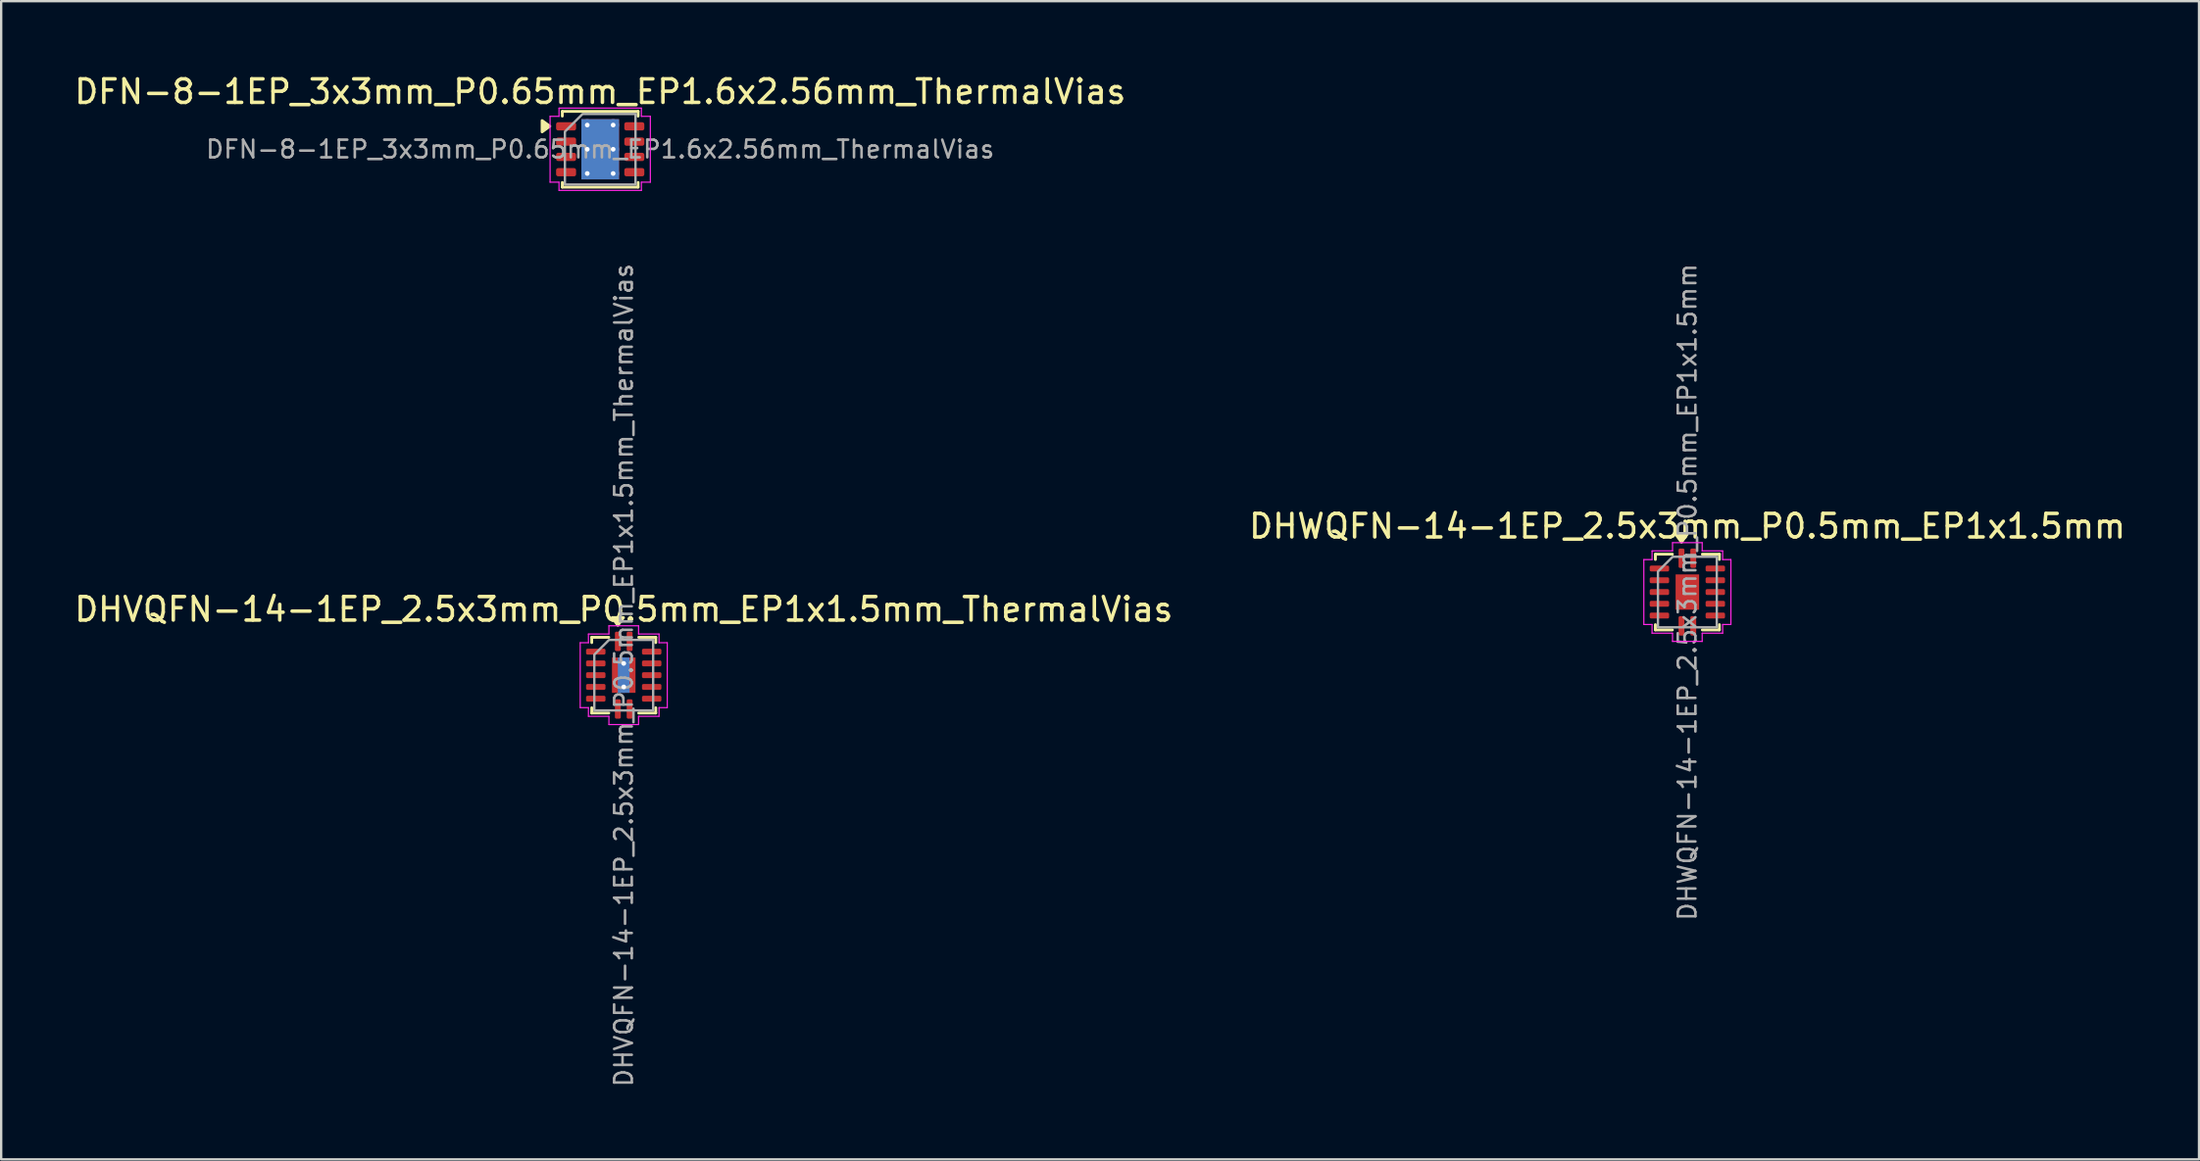
<source format=kicad_pcb>
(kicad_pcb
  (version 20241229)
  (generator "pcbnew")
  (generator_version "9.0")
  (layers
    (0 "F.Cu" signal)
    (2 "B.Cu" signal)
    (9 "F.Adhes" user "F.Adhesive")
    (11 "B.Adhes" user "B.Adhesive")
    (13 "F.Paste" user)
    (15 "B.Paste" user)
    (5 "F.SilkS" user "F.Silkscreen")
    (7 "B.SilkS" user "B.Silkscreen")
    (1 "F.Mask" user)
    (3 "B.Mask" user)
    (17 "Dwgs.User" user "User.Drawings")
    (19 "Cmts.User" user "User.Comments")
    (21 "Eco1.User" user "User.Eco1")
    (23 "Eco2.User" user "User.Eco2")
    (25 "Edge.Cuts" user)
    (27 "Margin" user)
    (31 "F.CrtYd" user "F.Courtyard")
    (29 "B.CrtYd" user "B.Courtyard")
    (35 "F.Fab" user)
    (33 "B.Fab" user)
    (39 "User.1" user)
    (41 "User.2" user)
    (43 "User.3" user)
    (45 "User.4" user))
  (footprint "DHWQFN-14-1EP_2.5x3mm_P0.5mm_EP1x1.5mm"
    (layer "F.Cu")
    (at 68.661 22.128)
    (property "Reference" "DHWQFN-14-1EP_2.5x3mm_P0.5mm_EP1x1.5mm" (at 0 -2.8 0) (layer "F.SilkS") (effects (font (size 1 1) (thickness 0.15))))
    (attr smd)
    (fp_line (start -1.36 -1.61) (end -0.635 -1.61) (stroke (width 0.12) (type solid)) (layer "F.SilkS"))
    (fp_line (start -1.36 -1.385) (end -1.36 -1.61) (stroke (width 0.12) (type solid)) (layer "F.SilkS"))
    (fp_line (start -1.36 1.61) (end -1.36 1.385) (stroke (width 0.12) (type solid)) (layer "F.SilkS"))
    (fp_line (start -0.635 1.61) (end -1.36 1.61) (stroke (width 0.12) (type solid)) (layer "F.SilkS"))
    (fp_line (start 0.635 -1.61) (end 1.36 -1.61) (stroke (width 0.12) (type solid)) (layer "F.SilkS"))
    (fp_line (start 1.36 -1.61) (end 1.36 -1.385) (stroke (width 0.12) (type solid)) (layer "F.SilkS"))
    (fp_line (start 1.36 1.385) (end 1.36 1.61) (stroke (width 0.12) (type solid)) (layer "F.SilkS"))
    (fp_line (start 1.36 1.61) (end 0.635 1.61) (stroke (width 0.12) (type solid)) (layer "F.SilkS"))
    (fp_poly (pts (xy -0.25 -2.12) (xy -0.49 -2.45) (xy -0.01 -2.45)) (stroke (width 0.12) (type solid)) (fill yes) (layer "F.SilkS"))
    (fp_line (start -1.85 -1.38) (end -1.5 -1.38) (stroke (width 0.05) (type solid)) (layer "F.CrtYd"))
    (fp_line (start -1.85 1.38) (end -1.85 -1.38) (stroke (width 0.05) (type solid)) (layer "F.CrtYd"))
    (fp_line (start -1.5 -1.75) (end -0.63 -1.75) (stroke (width 0.05) (type solid)) (layer "F.CrtYd"))
    (fp_line (start -1.5 -1.38) (end -1.5 -1.75) (stroke (width 0.05) (type solid)) (layer "F.CrtYd"))
    (fp_line (start -1.5 1.38) (end -1.85 1.38) (stroke (width 0.05) (type solid)) (layer "F.CrtYd"))
    (fp_line (start -1.5 1.75) (end -1.5 1.38) (stroke (width 0.05) (type solid)) (layer "F.CrtYd"))
    (fp_line (start -0.63 -2.1) (end 0.63 -2.1) (stroke (width 0.05) (type solid)) (layer "F.CrtYd"))
    (fp_line (start -0.63 -1.75) (end -0.63 -2.1) (stroke (width 0.05) (type solid)) (layer "F.CrtYd"))
    (fp_line (start -0.63 1.75) (end -1.5 1.75) (stroke (width 0.05) (type solid)) (layer "F.CrtYd"))
    (fp_line (start -0.63 2.1) (end -0.63 1.75) (stroke (width 0.05) (type solid)) (layer "F.CrtYd"))
    (fp_line (start 0.63 -2.1) (end 0.63 -1.75) (stroke (width 0.05) (type solid)) (layer "F.CrtYd"))
    (fp_line (start 0.63 -1.75) (end 1.5 -1.75) (stroke (width 0.05) (type solid)) (layer "F.CrtYd"))
    (fp_line (start 0.63 1.75) (end 0.63 2.1) (stroke (width 0.05) (type solid)) (layer "F.CrtYd"))
    (fp_line (start 0.63 2.1) (end -0.63 2.1) (stroke (width 0.05) (type solid)) (layer "F.CrtYd"))
    (fp_line (start 1.5 -1.75) (end 1.5 -1.38) (stroke (width 0.05) (type solid)) (layer "F.CrtYd"))
    (fp_line (start 1.5 -1.38) (end 1.85 -1.38) (stroke (width 0.05) (type solid)) (layer "F.CrtYd"))
    (fp_line (start 1.5 1.38) (end 1.5 1.75) (stroke (width 0.05) (type solid)) (layer "F.CrtYd"))
    (fp_line (start 1.5 1.75) (end 0.63 1.75) (stroke (width 0.05) (type solid)) (layer "F.CrtYd"))
    (fp_line (start 1.85 -1.38) (end 1.85 1.38) (stroke (width 0.05) (type solid)) (layer "F.CrtYd"))
    (fp_line (start 1.85 1.38) (end 1.5 1.38) (stroke (width 0.05) (type solid)) (layer "F.CrtYd"))
    (fp_poly (pts (xy -0.625 -1.5) (xy 1.25 -1.5) (xy 1.25 1.5) (xy -1.25 1.5) (xy -1.25 -0.875)) (stroke (width 0.1) (type solid)) (fill no) (layer "F.Fab"))
    (fp_text user "${REFERENCE}" (at 0 0 90) (layer "F.Fab") (effects (font (size 0.75 0.75) (thickness 0.11))))
    (pad "" smd roundrect (at 0 0) (size 0.81 1.21) (layers "F.Paste") (roundrect_rratio 0.25))
    (pad "1" smd roundrect (at -0.25 -1.438) (size 0.25 0.825) (layers "F.Cu" "F.Mask" "F.Paste") (roundrect_rratio 0.25))
    (pad "2" smd roundrect (at -1.188 -1) (size 0.825 0.25) (layers "F.Cu" "F.Mask" "F.Paste") (roundrect_rratio 0.25))
    (pad "3" smd roundrect (at -1.188 -0.5) (size 0.825 0.25) (layers "F.Cu" "F.Mask" "F.Paste") (roundrect_rratio 0.25))
    (pad "4" smd roundrect (at -1.188 0) (size 0.825 0.25) (layers "F.Cu" "F.Mask" "F.Paste") (roundrect_rratio 0.25))
    (pad "5" smd roundrect (at -1.188 0.5) (size 0.825 0.25) (layers "F.Cu" "F.Mask" "F.Paste") (roundrect_rratio 0.25))
    (pad "6" smd roundrect (at -1.188 1) (size 0.825 0.25) (layers "F.Cu" "F.Mask" "F.Paste") (roundrect_rratio 0.25))
    (pad "7" smd roundrect (at -0.25 1.438) (size 0.25 0.825) (layers "F.Cu" "F.Mask" "F.Paste") (roundrect_rratio 0.25))
    (pad "8" smd roundrect (at 0.25 1.438) (size 0.25 0.825) (layers "F.Cu" "F.Mask" "F.Paste") (roundrect_rratio 0.25))
    (pad "9" smd roundrect (at 1.188 1) (size 0.825 0.25) (layers "F.Cu" "F.Mask" "F.Paste") (roundrect_rratio 0.25))
    (pad "10" smd roundrect (at 1.188 0.5) (size 0.825 0.25) (layers "F.Cu" "F.Mask" "F.Paste") (roundrect_rratio 0.25))
    (pad "11" smd roundrect (at 1.188 0) (size 0.825 0.25) (layers "F.Cu" "F.Mask" "F.Paste") (roundrect_rratio 0.25))
    (pad "12" smd roundrect (at 1.188 -0.5) (size 0.825 0.25) (layers "F.Cu" "F.Mask" "F.Paste") (roundrect_rratio 0.25))
    (pad "13" smd roundrect (at 1.188 -1) (size 0.825 0.25) (layers "F.Cu" "F.Mask" "F.Paste") (roundrect_rratio 0.25))
    (pad "14" smd roundrect (at 0.25 -1.438) (size 0.25 0.825) (layers "F.Cu" "F.Mask" "F.Paste") (roundrect_rratio 0.25))
    (pad "15" smd rect (at 0 0) (size 1 1.5) (property pad_prop_heatsink) (layers "F.Cu" "F.Mask")))
  (footprint "DHVQFN-14-1EP_2.5x3mm_P0.5mm_EP1x1.5mm_ThermalVias"
    (layer "F.Cu")
    (at 23.458 25.663)
    (property "Reference" "DHVQFN-14-1EP_2.5x3mm_P0.5mm_EP1x1.5mm_ThermalVias" (at 0 -2.8 0) (layer "F.SilkS") (effects (font (size 1 1) (thickness 0.15))))
    (attr smd)
    (fp_line (start -1.36 -1.61) (end -0.635 -1.61) (stroke (width 0.12) (type solid)) (layer "F.SilkS"))
    (fp_line (start -1.36 -1.385) (end -1.36 -1.61) (stroke (width 0.12) (type solid)) (layer "F.SilkS"))
    (fp_line (start -1.36 1.61) (end -1.36 1.385) (stroke (width 0.12) (type solid)) (layer "F.SilkS"))
    (fp_line (start -0.635 1.61) (end -1.36 1.61) (stroke (width 0.12) (type solid)) (layer "F.SilkS"))
    (fp_line (start 0.635 -1.61) (end 1.36 -1.61) (stroke (width 0.12) (type solid)) (layer "F.SilkS"))
    (fp_line (start 1.36 -1.61) (end 1.36 -1.385) (stroke (width 0.12) (type solid)) (layer "F.SilkS"))
    (fp_line (start 1.36 1.385) (end 1.36 1.61) (stroke (width 0.12) (type solid)) (layer "F.SilkS"))
    (fp_line (start 1.36 1.61) (end 0.635 1.61) (stroke (width 0.12) (type solid)) (layer "F.SilkS"))
    (fp_poly (pts (xy -0.25 -2.12) (xy -0.49 -2.45) (xy -0.01 -2.45)) (stroke (width 0.12) (type solid)) (fill yes) (layer "F.SilkS"))
    (fp_line (start -1.85 -1.38) (end -1.5 -1.38) (stroke (width 0.05) (type solid)) (layer "F.CrtYd"))
    (fp_line (start -1.85 1.38) (end -1.85 -1.38) (stroke (width 0.05) (type solid)) (layer "F.CrtYd"))
    (fp_line (start -1.5 -1.75) (end -0.63 -1.75) (stroke (width 0.05) (type solid)) (layer "F.CrtYd"))
    (fp_line (start -1.5 -1.38) (end -1.5 -1.75) (stroke (width 0.05) (type solid)) (layer "F.CrtYd"))
    (fp_line (start -1.5 1.38) (end -1.85 1.38) (stroke (width 0.05) (type solid)) (layer "F.CrtYd"))
    (fp_line (start -1.5 1.75) (end -1.5 1.38) (stroke (width 0.05) (type solid)) (layer "F.CrtYd"))
    (fp_line (start -0.63 -2.1) (end 0.63 -2.1) (stroke (width 0.05) (type solid)) (layer "F.CrtYd"))
    (fp_line (start -0.63 -1.75) (end -0.63 -2.1) (stroke (width 0.05) (type solid)) (layer "F.CrtYd"))
    (fp_line (start -0.63 1.75) (end -1.5 1.75) (stroke (width 0.05) (type solid)) (layer "F.CrtYd"))
    (fp_line (start -0.63 2.1) (end -0.63 1.75) (stroke (width 0.05) (type solid)) (layer "F.CrtYd"))
    (fp_line (start 0.63 -2.1) (end 0.63 -1.75) (stroke (width 0.05) (type solid)) (layer "F.CrtYd"))
    (fp_line (start 0.63 -1.75) (end 1.5 -1.75) (stroke (width 0.05) (type solid)) (layer "F.CrtYd"))
    (fp_line (start 0.63 1.75) (end 0.63 2.1) (stroke (width 0.05) (type solid)) (layer "F.CrtYd"))
    (fp_line (start 0.63 2.1) (end -0.63 2.1) (stroke (width 0.05) (type solid)) (layer "F.CrtYd"))
    (fp_line (start 1.5 -1.75) (end 1.5 -1.38) (stroke (width 0.05) (type solid)) (layer "F.CrtYd"))
    (fp_line (start 1.5 -1.38) (end 1.85 -1.38) (stroke (width 0.05) (type solid)) (layer "F.CrtYd"))
    (fp_line (start 1.5 1.38) (end 1.5 1.75) (stroke (width 0.05) (type solid)) (layer "F.CrtYd"))
    (fp_line (start 1.5 1.75) (end 0.63 1.75) (stroke (width 0.05) (type solid)) (layer "F.CrtYd"))
    (fp_line (start 1.85 -1.38) (end 1.85 1.38) (stroke (width 0.05) (type solid)) (layer "F.CrtYd"))
    (fp_line (start 1.85 1.38) (end 1.5 1.38) (stroke (width 0.05) (type solid)) (layer "F.CrtYd"))
    (fp_poly (pts (xy -0.625 -1.5) (xy 1.25 -1.5) (xy 1.25 1.5) (xy -1.25 1.5) (xy -1.25 -0.875)) (stroke (width 0.1) (type solid)) (fill no) (layer "F.Fab"))
    (fp_text user "${REFERENCE}" (at 0 0 90) (layer "F.Fab") (effects (font (size 0.75 0.75) (thickness 0.11))))
    (pad "" smd roundrect (at 0 0) (size 0.81 1.21) (layers "F.Paste") (roundrect_rratio 0.25))
    (pad "1" smd roundrect (at -0.25 -1.438) (size 0.25 0.825) (layers "F.Cu" "F.Mask" "F.Paste") (roundrect_rratio 0.25))
    (pad "2" smd roundrect (at -1.188 -1) (size 0.825 0.25) (layers "F.Cu" "F.Mask" "F.Paste") (roundrect_rratio 0.25))
    (pad "3" smd roundrect (at -1.188 -0.5) (size 0.825 0.25) (layers "F.Cu" "F.Mask" "F.Paste") (roundrect_rratio 0.25))
    (pad "4" smd roundrect (at -1.188 0) (size 0.825 0.25) (layers "F.Cu" "F.Mask" "F.Paste") (roundrect_rratio 0.25))
    (pad "5" smd roundrect (at -1.188 0.5) (size 0.825 0.25) (layers "F.Cu" "F.Mask" "F.Paste") (roundrect_rratio 0.25))
    (pad "6" smd roundrect (at -1.188 1) (size 0.825 0.25) (layers "F.Cu" "F.Mask" "F.Paste") (roundrect_rratio 0.25))
    (pad "7" smd roundrect (at -0.25 1.438) (size 0.25 0.825) (layers "F.Cu" "F.Mask" "F.Paste") (roundrect_rratio 0.25))
    (pad "8" smd roundrect (at 0.25 1.438) (size 0.25 0.825) (layers "F.Cu" "F.Mask" "F.Paste") (roundrect_rratio 0.25))
    (pad "9" smd roundrect (at 1.188 1) (size 0.825 0.25) (layers "F.Cu" "F.Mask" "F.Paste") (roundrect_rratio 0.25))
    (pad "10" smd roundrect (at 1.188 0.5) (size 0.825 0.25) (layers "F.Cu" "F.Mask" "F.Paste") (roundrect_rratio 0.25))
    (pad "11" smd roundrect (at 1.188 0) (size 0.825 0.25) (layers "F.Cu" "F.Mask" "F.Paste") (roundrect_rratio 0.25))
    (pad "12" smd roundrect (at 1.188 -0.5) (size 0.825 0.25) (layers "F.Cu" "F.Mask" "F.Paste") (roundrect_rratio 0.25))
    (pad "13" smd roundrect (at 1.188 -1) (size 0.825 0.25) (layers "F.Cu" "F.Mask" "F.Paste") (roundrect_rratio 0.25))
    (pad "14" smd roundrect (at 0.25 -1.438) (size 0.25 0.825) (layers "F.Cu" "F.Mask" "F.Paste") (roundrect_rratio 0.25))
    (pad "15" thru_hole circle (at 0 -0.5) (size 0.5 0.5) (drill 0.2) (property pad_prop_heatsink) (layers "*.Cu"))
    (pad "15" smd rect (at 0 0) (size 0.5 1.5) (property pad_prop_heatsink) (layers "B.Cu"))
    (pad "15" smd rect (at 0 0) (size 1 1.5) (property pad_prop_heatsink) (layers "F.Cu" "F.Mask"))
    (pad "15" thru_hole circle (at 0 0.5) (size 0.5 0.5) (drill 0.2) (property pad_prop_heatsink) (layers "*.Cu")))
  (footprint "DFN-8-1EP_3x3mm_P0.65mm_EP1.6x2.56mm_ThermalVias"
    (layer "F.Cu")
    (at 22.458 3.298)
    (property "Reference" "DFN-8-1EP_3x3mm_P0.65mm_EP1.6x2.56mm_ThermalVias" (at 0 -2.45 0) (layer "F.SilkS") (effects (font (size 1 1) (thickness 0.15))))
    (attr smd)
    (fp_line (start -1.61 -1.61) (end 1.61 -1.61) (stroke (width 0.12) (type solid)) (layer "F.SilkS"))
    (fp_line (start -1.61 -1.41) (end -1.61 -1.61) (stroke (width 0.12) (type solid)) (layer "F.SilkS"))
    (fp_line (start -1.61 1.61) (end -1.61 1.41) (stroke (width 0.12) (type solid)) (layer "F.SilkS"))
    (fp_line (start 1.61 -1.61) (end 1.61 -1.41) (stroke (width 0.12) (type solid)) (layer "F.SilkS"))
    (fp_line (start 1.61 1.41) (end 1.61 1.61) (stroke (width 0.12) (type solid)) (layer "F.SilkS"))
    (fp_line (start 1.61 1.61) (end -1.61 1.61) (stroke (width 0.12) (type solid)) (layer "F.SilkS"))
    (fp_poly (pts (xy -2.14 -0.98) (xy -2.47 -0.74) (xy -2.47 -1.22)) (stroke (width 0.12) (type solid)) (fill yes) (layer "F.SilkS"))
    (fp_line (start -2.13 -1.4) (end -1.75 -1.4) (stroke (width 0.05) (type solid)) (layer "F.CrtYd"))
    (fp_line (start -2.13 1.4) (end -2.13 -1.4) (stroke (width 0.05) (type solid)) (layer "F.CrtYd"))
    (fp_line (start -1.75 -1.75) (end 1.75 -1.75) (stroke (width 0.05) (type solid)) (layer "F.CrtYd"))
    (fp_line (start -1.75 -1.4) (end -1.75 -1.75) (stroke (width 0.05) (type solid)) (layer "F.CrtYd"))
    (fp_line (start -1.75 1.4) (end -2.13 1.4) (stroke (width 0.05) (type solid)) (layer "F.CrtYd"))
    (fp_line (start -1.75 1.75) (end -1.75 1.4) (stroke (width 0.05) (type solid)) (layer "F.CrtYd"))
    (fp_line (start 1.75 -1.75) (end 1.75 -1.4) (stroke (width 0.05) (type solid)) (layer "F.CrtYd"))
    (fp_line (start 1.75 -1.4) (end 2.13 -1.4) (stroke (width 0.05) (type solid)) (layer "F.CrtYd"))
    (fp_line (start 1.75 1.4) (end 1.75 1.75) (stroke (width 0.05) (type solid)) (layer "F.CrtYd"))
    (fp_line (start 1.75 1.75) (end -1.75 1.75) (stroke (width 0.05) (type solid)) (layer "F.CrtYd"))
    (fp_line (start 2.13 -1.4) (end 2.13 1.4) (stroke (width 0.05) (type solid)) (layer "F.CrtYd"))
    (fp_line (start 2.13 1.4) (end 1.75 1.4) (stroke (width 0.05) (type solid)) (layer "F.CrtYd"))
    (fp_poly (pts (xy -1.5 -0.75) (xy -1.5 1.5) (xy 1.5 1.5) (xy 1.5 -1.5) (xy -0.75 -1.5)) (stroke (width 0.1) (type solid)) (fill no) (layer "F.Fab"))
    (fp_text user "${REFERENCE}" (at 0 0 0) (layer "F.Fab") (effects (font (size 0.75 0.75) (thickness 0.11))))
    (pad "" smd roundrect (at -0.4 -0.64) (size 0.64 1.03) (layers "F.Paste") (roundrect_rratio 0.25))
    (pad "" smd roundrect (at -0.4 0.64) (size 0.64 1.03) (layers "F.Paste") (roundrect_rratio 0.25))
    (pad "" smd roundrect (at 0.4 -0.64) (size 0.64 1.03) (layers "F.Paste") (roundrect_rratio 0.25))
    (pad "" smd roundrect (at 0.4 0.64) (size 0.64 1.03) (layers "F.Paste") (roundrect_rratio 0.25))
    (pad "1" smd roundrect (at -1.45 -0.975) (size 0.85 0.35) (layers "F.Cu" "F.Mask" "F.Paste") (roundrect_rratio 0.25))
    (pad "2" smd roundrect (at -1.45 -0.325) (size 0.85 0.35) (layers "F.Cu" "F.Mask" "F.Paste") (roundrect_rratio 0.25))
    (pad "3" smd roundrect (at -1.45 0.325) (size 0.85 0.35) (layers "F.Cu" "F.Mask" "F.Paste") (roundrect_rratio 0.25))
    (pad "4" smd roundrect (at -1.45 0.975) (size 0.85 0.35) (layers "F.Cu" "F.Mask" "F.Paste") (roundrect_rratio 0.25))
    (pad "5" smd roundrect (at 1.45 0.975) (size 0.85 0.35) (layers "F.Cu" "F.Mask" "F.Paste") (roundrect_rratio 0.25))
    (pad "6" smd roundrect (at 1.45 0.325) (size 0.85 0.35) (layers "F.Cu" "F.Mask" "F.Paste") (roundrect_rratio 0.25))
    (pad "7" smd roundrect (at 1.45 -0.325) (size 0.85 0.35) (layers "F.Cu" "F.Mask" "F.Paste") (roundrect_rratio 0.25))
    (pad "8" smd roundrect (at 1.45 -0.975) (size 0.85 0.35) (layers "F.Cu" "F.Mask" "F.Paste") (roundrect_rratio 0.25))
    (pad "9" thru_hole circle (at -0.55 -1.03) (size 0.5 0.5) (drill 0.2) (property pad_prop_heatsink) (layers "*.Cu"))
    (pad "9" thru_hole circle (at -0.55 0) (size 0.5 0.5) (drill 0.2) (property pad_prop_heatsink) (layers "*.Cu"))
    (pad "9" thru_hole circle (at -0.55 1.03) (size 0.5 0.5) (drill 0.2) (property pad_prop_heatsink) (layers "*.Cu"))
    (pad "9" smd rect (at 0 0) (size 1.6 2.56) (property pad_prop_heatsink) (layers "F.Cu" "F.Mask"))
    (pad "9" smd rect (at 0 0) (size 1.6 2.56) (property pad_prop_heatsink) (layers "B.Cu"))
    (pad "9" thru_hole circle (at 0.55 -1.03) (size 0.5 0.5) (drill 0.2) (property pad_prop_heatsink) (layers "*.Cu"))
    (pad "9" thru_hole circle (at 0.55 0) (size 0.5 0.5) (drill 0.2) (property pad_prop_heatsink) (layers "*.Cu"))
    (pad "9" thru_hole circle (at 0.55 1.03) (size 0.5 0.5) (drill 0.2) (property pad_prop_heatsink) (layers "*.Cu")))
  (gr_rect
    (start -3 -3)
    (end 90.405 46.253)
    (stroke (width 0.1) (type default))
    (fill no)
    (layer "Edge.Cuts")))
</source>
